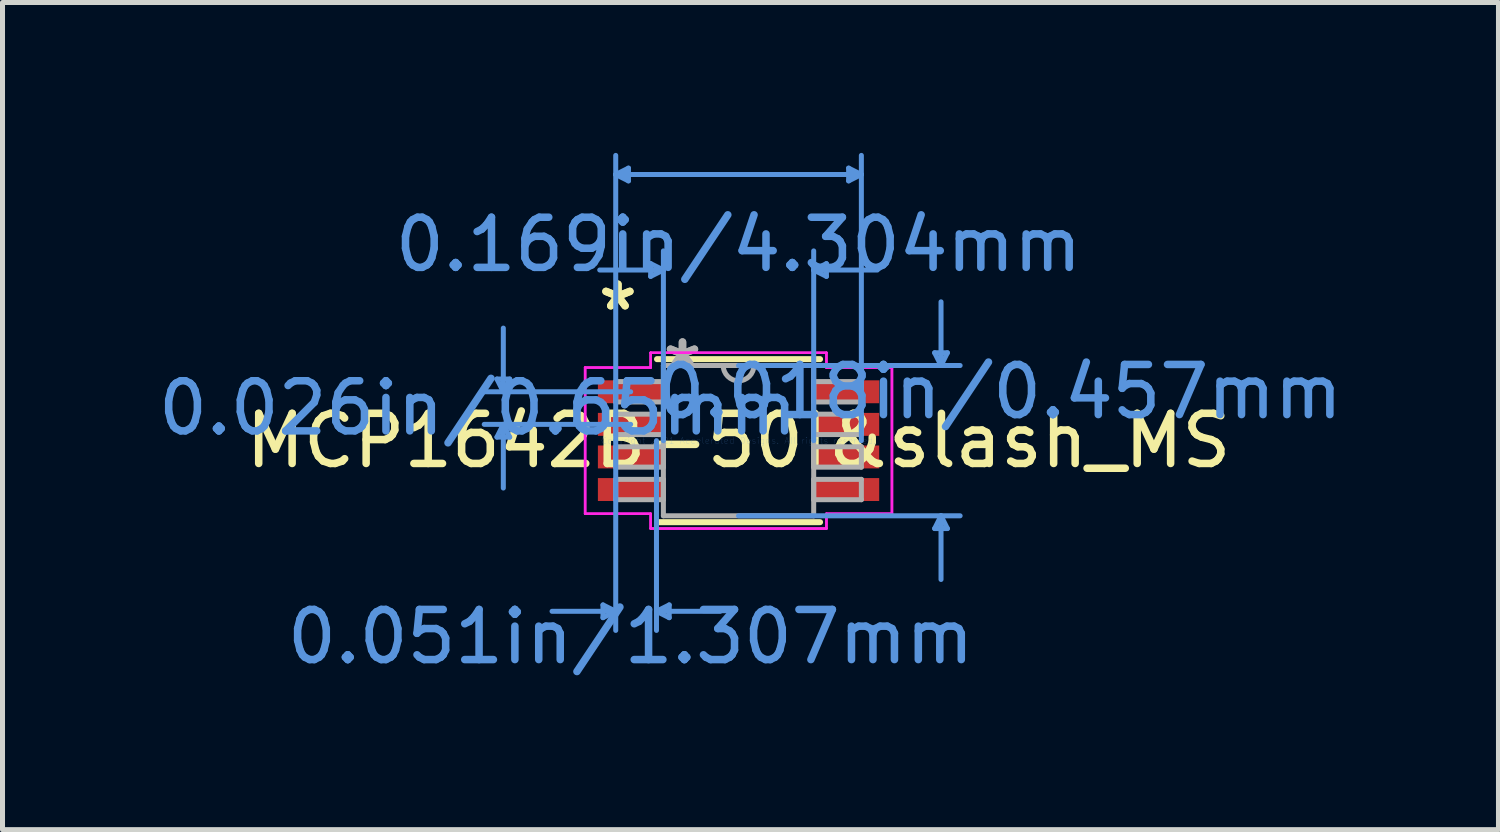
<source format=kicad_pcb>
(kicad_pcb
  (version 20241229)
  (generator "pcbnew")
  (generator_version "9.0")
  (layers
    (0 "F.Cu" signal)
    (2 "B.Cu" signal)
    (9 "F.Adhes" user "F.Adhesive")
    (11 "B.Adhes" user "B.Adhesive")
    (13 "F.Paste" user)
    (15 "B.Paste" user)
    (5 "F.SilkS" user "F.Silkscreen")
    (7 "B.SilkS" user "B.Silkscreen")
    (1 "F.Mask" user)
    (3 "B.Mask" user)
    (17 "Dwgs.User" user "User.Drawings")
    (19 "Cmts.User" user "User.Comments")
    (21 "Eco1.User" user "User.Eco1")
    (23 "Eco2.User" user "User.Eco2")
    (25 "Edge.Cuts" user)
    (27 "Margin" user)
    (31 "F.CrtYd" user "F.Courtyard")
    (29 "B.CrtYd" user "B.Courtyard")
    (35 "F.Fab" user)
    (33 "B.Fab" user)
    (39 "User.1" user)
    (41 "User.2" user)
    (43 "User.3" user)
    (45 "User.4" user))
  (footprint "MCP1642B-50I&slash_MS"
    (layer "F.Cu")
    (at 11.682 5.74)
    (property "Reference" "MCP1642B-50I&slash_MS" (at 0 0 0) (layer "F.SilkS") (effects (font (size 1 1) (thickness 0.15))))
    (attr through_hole)
    (fp_line (start -1.626 1.626) (end 1.626 1.626) (stroke (width 0.12) (type solid)) (layer "F.SilkS"))
    (fp_line (start 1.626 -1.626) (end -1.626 -1.626) (stroke (width 0.12) (type solid)) (layer "F.SilkS"))
    (fp_line (start -4.819 -1.229) (end -4.565 -1.229) (stroke (width 0.1) (type solid)) (layer "Cmts.User"))
    (fp_line (start -4.819 -0.071) (end -4.565 -0.071) (stroke (width 0.1) (type solid)) (layer "Cmts.User"))
    (fp_line (start -4.692 -0.975) (end -4.819 -1.229) (stroke (width 0.1) (type solid)) (layer "Cmts.User"))
    (fp_line (start -4.692 -0.975) (end -4.692 -2.245) (stroke (width 0.1) (type solid)) (layer "Cmts.User"))
    (fp_line (start -4.692 -0.975) (end -4.565 -1.229) (stroke (width 0.1) (type solid)) (layer "Cmts.User"))
    (fp_line (start -4.692 -0.325) (end -4.819 -0.071) (stroke (width 0.1) (type solid)) (layer "Cmts.User"))
    (fp_line (start -4.692 -0.325) (end -4.692 0.945) (stroke (width 0.1) (type solid)) (layer "Cmts.User"))
    (fp_line (start -4.692 -0.325) (end -4.565 -0.071) (stroke (width 0.1) (type solid)) (layer "Cmts.User"))
    (fp_line (start -2.704 3.277) (end -2.704 3.531) (stroke (width 0.1) (type solid)) (layer "Cmts.User"))
    (fp_line (start -2.45 -5.309) (end -2.196 -5.436) (stroke (width 0.1) (type solid)) (layer "Cmts.User"))
    (fp_line (start -2.45 -5.309) (end -2.196 -5.182) (stroke (width 0.1) (type solid)) (layer "Cmts.User"))
    (fp_line (start -2.45 -5.309) (end 2.45 -5.309) (stroke (width 0.1) (type solid)) (layer "Cmts.User"))
    (fp_line (start -2.45 0) (end -2.45 -5.69) (stroke (width 0.1) (type solid)) (layer "Cmts.User"))
    (fp_line (start -2.45 0) (end -2.45 3.785) (stroke (width 0.1) (type solid)) (layer "Cmts.User"))
    (fp_line (start -2.45 3.404) (end -3.72 3.404) (stroke (width 0.1) (type solid)) (layer "Cmts.User"))
    (fp_line (start -2.45 3.404) (end -2.704 3.277) (stroke (width 0.1) (type solid)) (layer "Cmts.User"))
    (fp_line (start -2.45 3.404) (end -2.704 3.531) (stroke (width 0.1) (type solid)) (layer "Cmts.User"))
    (fp_line (start -2.196 -5.436) (end -2.196 -5.182) (stroke (width 0.1) (type solid)) (layer "Cmts.User"))
    (fp_line (start -2.152 -0.975) (end -5.073 -0.975) (stroke (width 0.1) (type solid)) (layer "Cmts.User"))
    (fp_line (start -2.152 -0.325) (end -5.073 -0.325) (stroke (width 0.1) (type solid)) (layer "Cmts.User"))
    (fp_line (start -1.753 -3.531) (end -1.753 -3.277) (stroke (width 0.1) (type solid)) (layer "Cmts.User"))
    (fp_line (start -1.637 0) (end -1.637 3.785) (stroke (width 0.1) (type solid)) (layer "Cmts.User"))
    (fp_line (start -1.637 3.404) (end -1.383 3.277) (stroke (width 0.1) (type solid)) (layer "Cmts.User"))
    (fp_line (start -1.637 3.404) (end -1.383 3.531) (stroke (width 0.1) (type solid)) (layer "Cmts.User"))
    (fp_line (start -1.637 3.404) (end -0.367 3.404) (stroke (width 0.1) (type solid)) (layer "Cmts.User"))
    (fp_line (start -1.499 -3.404) (end -2.769 -3.404) (stroke (width 0.1) (type solid)) (layer "Cmts.User"))
    (fp_line (start -1.499 -3.404) (end -1.753 -3.531) (stroke (width 0.1) (type solid)) (layer "Cmts.User"))
    (fp_line (start -1.499 -3.404) (end -1.753 -3.277) (stroke (width 0.1) (type solid)) (layer "Cmts.User"))
    (fp_line (start -1.499 0) (end -1.499 -3.785) (stroke (width 0.1) (type solid)) (layer "Cmts.User"))
    (fp_line (start -1.383 3.277) (end -1.383 3.531) (stroke (width 0.1) (type solid)) (layer "Cmts.User"))
    (fp_line (start 0 -1.499) (end 4.42 -1.499) (stroke (width 0.1) (type solid)) (layer "Cmts.User"))
    (fp_line (start 0 1.499) (end 4.42 1.499) (stroke (width 0.1) (type solid)) (layer "Cmts.User"))
    (fp_line (start 1.499 -3.404) (end 1.753 -3.531) (stroke (width 0.1) (type solid)) (layer "Cmts.User"))
    (fp_line (start 1.499 -3.404) (end 1.753 -3.277) (stroke (width 0.1) (type solid)) (layer "Cmts.User"))
    (fp_line (start 1.499 -3.404) (end 2.769 -3.404) (stroke (width 0.1) (type solid)) (layer "Cmts.User"))
    (fp_line (start 1.499 0) (end 1.499 -3.785) (stroke (width 0.1) (type solid)) (layer "Cmts.User"))
    (fp_line (start 1.753 -3.531) (end 1.753 -3.277) (stroke (width 0.1) (type solid)) (layer "Cmts.User"))
    (fp_line (start 2.196 -5.436) (end 2.196 -5.182) (stroke (width 0.1) (type solid)) (layer "Cmts.User"))
    (fp_line (start 2.45 -5.309) (end 2.196 -5.436) (stroke (width 0.1) (type solid)) (layer "Cmts.User"))
    (fp_line (start 2.45 -5.309) (end 2.196 -5.182) (stroke (width 0.1) (type solid)) (layer "Cmts.User"))
    (fp_line (start 2.45 0) (end 2.45 -5.69) (stroke (width 0.1) (type solid)) (layer "Cmts.User"))
    (fp_line (start 3.912 -1.753) (end 4.166 -1.753) (stroke (width 0.1) (type solid)) (layer "Cmts.User"))
    (fp_line (start 3.912 1.753) (end 4.166 1.753) (stroke (width 0.1) (type solid)) (layer "Cmts.User"))
    (fp_line (start 4.039 -1.499) (end 3.912 -1.753) (stroke (width 0.1) (type solid)) (layer "Cmts.User"))
    (fp_line (start 4.039 -1.499) (end 4.039 -2.769) (stroke (width 0.1) (type solid)) (layer "Cmts.User"))
    (fp_line (start 4.039 -1.499) (end 4.166 -1.753) (stroke (width 0.1) (type solid)) (layer "Cmts.User"))
    (fp_line (start 4.039 1.499) (end 3.912 1.753) (stroke (width 0.1) (type solid)) (layer "Cmts.User"))
    (fp_line (start 4.039 1.499) (end 4.039 2.769) (stroke (width 0.1) (type solid)) (layer "Cmts.User"))
    (fp_line (start 4.039 1.499) (end 4.166 1.753) (stroke (width 0.1) (type solid)) (layer "Cmts.User"))
    (fp_line (start -3.06 -1.458) (end -1.753 -1.458) (stroke (width 0.05) (type solid)) (layer "F.CrtYd"))
    (fp_line (start -3.06 -1.458) (end -1.753 -1.458) (stroke (width 0.05) (type solid)) (layer "F.CrtYd"))
    (fp_line (start -3.06 1.458) (end -3.06 -1.458) (stroke (width 0.05) (type solid)) (layer "F.CrtYd"))
    (fp_line (start -3.06 1.458) (end -3.06 -1.458) (stroke (width 0.05) (type solid)) (layer "F.CrtYd"))
    (fp_line (start -3.06 1.458) (end -1.753 1.458) (stroke (width 0.05) (type solid)) (layer "F.CrtYd"))
    (fp_line (start -1.753 -1.753) (end 1.753 -1.753) (stroke (width 0.05) (type solid)) (layer "F.CrtYd"))
    (fp_line (start -1.753 -1.753) (end 1.753 -1.753) (stroke (width 0.05) (type solid)) (layer "F.CrtYd"))
    (fp_line (start -1.753 -1.458) (end -1.753 -1.753) (stroke (width 0.05) (type solid)) (layer "F.CrtYd"))
    (fp_line (start -1.753 -1.458) (end -1.753 -1.753) (stroke (width 0.05) (type solid)) (layer "F.CrtYd"))
    (fp_line (start -1.753 1.458) (end -3.06 1.458) (stroke (width 0.05) (type solid)) (layer "F.CrtYd"))
    (fp_line (start -1.753 1.753) (end -1.753 1.458) (stroke (width 0.05) (type solid)) (layer "F.CrtYd"))
    (fp_line (start -1.753 1.753) (end -1.753 1.458) (stroke (width 0.05) (type solid)) (layer "F.CrtYd"))
    (fp_line (start 1.753 -1.753) (end 1.753 -1.458) (stroke (width 0.05) (type solid)) (layer "F.CrtYd"))
    (fp_line (start 1.753 -1.753) (end 1.753 -1.458) (stroke (width 0.05) (type solid)) (layer "F.CrtYd"))
    (fp_line (start 1.753 -1.458) (end 3.06 -1.458) (stroke (width 0.05) (type solid)) (layer "F.CrtYd"))
    (fp_line (start 1.753 1.458) (end 1.753 1.753) (stroke (width 0.05) (type solid)) (layer "F.CrtYd"))
    (fp_line (start 1.753 1.458) (end 1.753 1.753) (stroke (width 0.05) (type solid)) (layer "F.CrtYd"))
    (fp_line (start 1.753 1.753) (end -1.753 1.753) (stroke (width 0.05) (type solid)) (layer "F.CrtYd"))
    (fp_line (start 1.753 1.753) (end -1.753 1.753) (stroke (width 0.05) (type solid)) (layer "F.CrtYd"))
    (fp_line (start 3.06 -1.458) (end 1.753 -1.458) (stroke (width 0.05) (type solid)) (layer "F.CrtYd"))
    (fp_line (start 3.06 -1.458) (end 3.06 1.458) (stroke (width 0.05) (type solid)) (layer "F.CrtYd"))
    (fp_line (start 3.06 -1.458) (end 3.06 1.458) (stroke (width 0.05) (type solid)) (layer "F.CrtYd"))
    (fp_line (start 3.06 1.458) (end 1.753 1.458) (stroke (width 0.05) (type solid)) (layer "F.CrtYd"))
    (fp_line (start 3.06 1.458) (end 1.753 1.458) (stroke (width 0.05) (type solid)) (layer "F.CrtYd"))
    (fp_line (start -2.45 -1.178) (end -2.45 -0.772) (stroke (width 0.1) (type solid)) (layer "F.Fab"))
    (fp_line (start -2.45 -0.772) (end -1.499 -0.772) (stroke (width 0.1) (type solid)) (layer "F.Fab"))
    (fp_line (start -2.45 -0.528) (end -2.45 -0.122) (stroke (width 0.1) (type solid)) (layer "F.Fab"))
    (fp_line (start -2.45 -0.122) (end -1.499 -0.122) (stroke (width 0.1) (type solid)) (layer "F.Fab"))
    (fp_line (start -2.45 0.122) (end -2.45 0.528) (stroke (width 0.1) (type solid)) (layer "F.Fab"))
    (fp_line (start -2.45 0.528) (end -1.499 0.528) (stroke (width 0.1) (type solid)) (layer "F.Fab"))
    (fp_line (start -2.45 0.772) (end -2.45 1.178) (stroke (width 0.1) (type solid)) (layer "F.Fab"))
    (fp_line (start -2.45 1.178) (end -1.499 1.178) (stroke (width 0.1) (type solid)) (layer "F.Fab"))
    (fp_line (start -1.499 -1.499) (end -1.499 1.499) (stroke (width 0.1) (type solid)) (layer "F.Fab"))
    (fp_line (start -1.499 -1.178) (end -2.45 -1.178) (stroke (width 0.1) (type solid)) (layer "F.Fab"))
    (fp_line (start -1.499 -0.772) (end -1.499 -1.178) (stroke (width 0.1) (type solid)) (layer "F.Fab"))
    (fp_line (start -1.499 -0.528) (end -2.45 -0.528) (stroke (width 0.1) (type solid)) (layer "F.Fab"))
    (fp_line (start -1.499 -0.122) (end -1.499 -0.528) (stroke (width 0.1) (type solid)) (layer "F.Fab"))
    (fp_line (start -1.499 0.122) (end -2.45 0.122) (stroke (width 0.1) (type solid)) (layer "F.Fab"))
    (fp_line (start -1.499 0.528) (end -1.499 0.122) (stroke (width 0.1) (type solid)) (layer "F.Fab"))
    (fp_line (start -1.499 0.772) (end -2.45 0.772) (stroke (width 0.1) (type solid)) (layer "F.Fab"))
    (fp_line (start -1.499 1.178) (end -1.499 0.772) (stroke (width 0.1) (type solid)) (layer "F.Fab"))
    (fp_line (start -1.499 1.499) (end 1.499 1.499) (stroke (width 0.1) (type solid)) (layer "F.Fab"))
    (fp_line (start 1.499 -1.499) (end -1.499 -1.499) (stroke (width 0.1) (type solid)) (layer "F.Fab"))
    (fp_line (start 1.499 -1.178) (end 1.499 -0.772) (stroke (width 0.1) (type solid)) (layer "F.Fab"))
    (fp_line (start 1.499 -0.772) (end 2.45 -0.772) (stroke (width 0.1) (type solid)) (layer "F.Fab"))
    (fp_line (start 1.499 -0.528) (end 1.499 -0.122) (stroke (width 0.1) (type solid)) (layer "F.Fab"))
    (fp_line (start 1.499 -0.122) (end 2.45 -0.122) (stroke (width 0.1) (type solid)) (layer "F.Fab"))
    (fp_line (start 1.499 0.122) (end 1.499 0.528) (stroke (width 0.1) (type solid)) (layer "F.Fab"))
    (fp_line (start 1.499 0.528) (end 2.45 0.528) (stroke (width 0.1) (type solid)) (layer "F.Fab"))
    (fp_line (start 1.499 0.772) (end 1.499 1.178) (stroke (width 0.1) (type solid)) (layer "F.Fab"))
    (fp_line (start 1.499 1.178) (end 2.45 1.178) (stroke (width 0.1) (type solid)) (layer "F.Fab"))
    (fp_line (start 1.499 1.499) (end 1.499 -1.499) (stroke (width 0.1) (type solid)) (layer "F.Fab"))
    (fp_line (start 2.45 -1.178) (end 1.499 -1.178) (stroke (width 0.1) (type solid)) (layer "F.Fab"))
    (fp_line (start 2.45 -0.772) (end 2.45 -1.178) (stroke (width 0.1) (type solid)) (layer "F.Fab"))
    (fp_line (start 2.45 -0.528) (end 1.499 -0.528) (stroke (width 0.1) (type solid)) (layer "F.Fab"))
    (fp_line (start 2.45 -0.122) (end 2.45 -0.528) (stroke (width 0.1) (type solid)) (layer "F.Fab"))
    (fp_line (start 2.45 0.122) (end 1.499 0.122) (stroke (width 0.1) (type solid)) (layer "F.Fab"))
    (fp_line (start 2.45 0.528) (end 2.45 0.122) (stroke (width 0.1) (type solid)) (layer "F.Fab"))
    (fp_line (start 2.45 0.772) (end 1.499 0.772) (stroke (width 0.1) (type solid)) (layer "F.Fab"))
    (fp_line (start 2.45 1.178) (end 2.45 0.772) (stroke (width 0.1) (type solid)) (layer "F.Fab"))
    (fp_arc (start 0.3048 -1.4986) (mid 0 -1.1938) (end -0.3048 -1.4986) (stroke (width 0.1) (type solid)) (layer "F.Fab"))
    (fp_text user "*" (at -2.406 -2.575 0) (layer "F.SilkS") (effects (font (size 1 1) (thickness 0.15))))
    (fp_text user "*" (at -2.406 -2.575 0) (layer "F.SilkS") (effects (font (size 1 1) (thickness 0.15))))
    (fp_text user "0.026in/0.65mm" (at -5.2 -0.65 0) (layer "Cmts.User") (effects (font (size 1 1) (thickness 0.15))))
    (fp_text user "0.018in/0.457mm" (at 5.2 -0.975 0) (layer "Cmts.User") (effects (font (size 1 1) (thickness 0.15))))
    (fp_text user "0.051in/1.307mm" (at -2.152 3.912 0) (layer "Cmts.User") (effects (font (size 1 1) (thickness 0.15))))
    (fp_text user "0.169in/4.304mm" (at 0 -3.912 0) (layer "Cmts.User") (effects (font (size 1 1) (thickness 0.15))))
    (fp_text user "Copyright 2021 Accelerated Designs. All rights reserved." (at 0 0 0) (layer "Cmts.User") (effects (font (size 0.127 0.127) (thickness 0.002))))
    (fp_text user "*" (at -1.118 -1.422 0) (layer "F.Fab") (effects (font (size 1 1) (thickness 0.15))))
    (fp_text user "*" (at -1.118 -1.422 0) (layer "F.Fab") (effects (font (size 1 1) (thickness 0.15))))
    (pad "1" smd rect (at -2.152 -0.975) (size 1.307 0.457) (layers "F.Cu" "F.Mask" "F.Paste"))
    (pad "2" smd rect (at -2.152 -0.325) (size 1.307 0.457) (layers "F.Cu" "F.Mask" "F.Paste"))
    (pad "3" smd rect (at -2.152 0.325) (size 1.307 0.457) (layers "F.Cu" "F.Mask" "F.Paste"))
    (pad "4" smd rect (at -2.152 0.975) (size 1.307 0.457) (layers "F.Cu" "F.Mask" "F.Paste"))
    (pad "5" smd rect (at 2.152 0.975) (size 1.307 0.457) (layers "F.Cu" "F.Mask" "F.Paste"))
    (pad "6" smd rect (at 2.152 0.325) (size 1.307 0.457) (layers "F.Cu" "F.Mask" "F.Paste"))
    (pad "7" smd rect (at 2.152 -0.325) (size 1.307 0.457) (layers "F.Cu" "F.Mask" "F.Paste"))
    (pad "8" smd rect (at 2.152 -0.975) (size 1.307 0.457) (layers "F.Cu" "F.Mask" "F.Paste")))
  (gr_rect
    (start -3 -3)
    (end 26.841 13.499)
    (stroke (width 0.1) (type default))
    (fill no)
    (layer "Edge.Cuts")))
</source>
